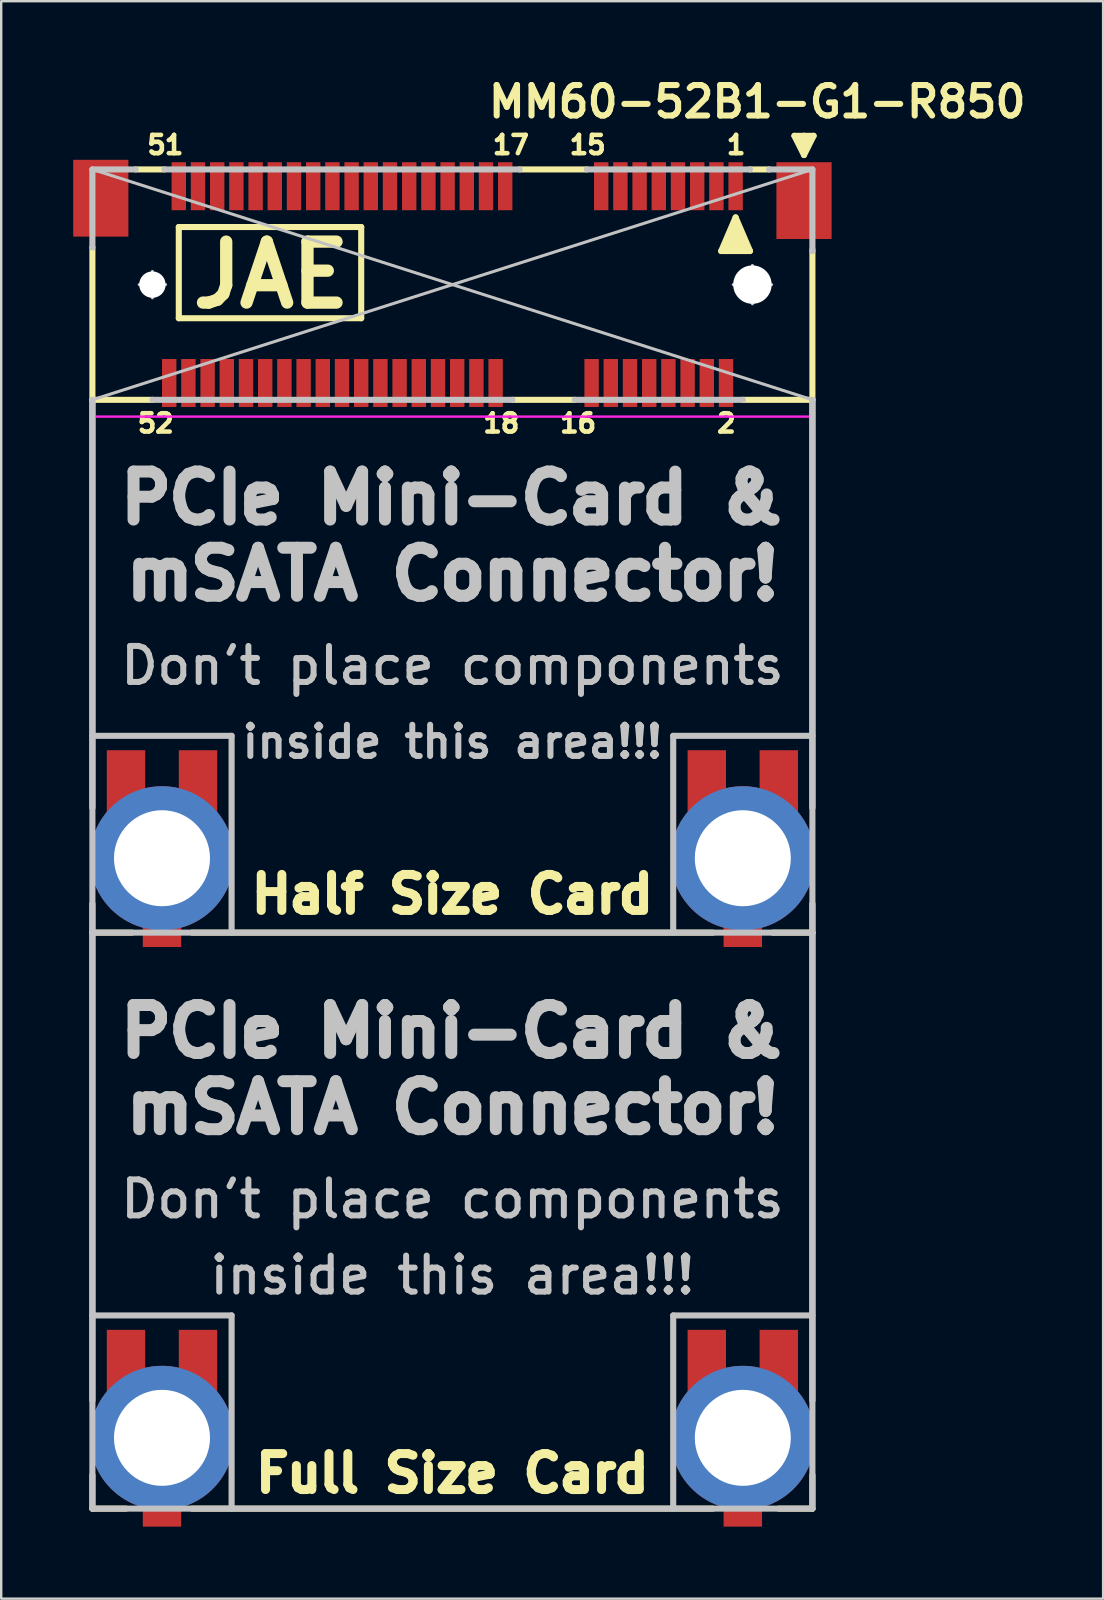
<source format=kicad_pcb>
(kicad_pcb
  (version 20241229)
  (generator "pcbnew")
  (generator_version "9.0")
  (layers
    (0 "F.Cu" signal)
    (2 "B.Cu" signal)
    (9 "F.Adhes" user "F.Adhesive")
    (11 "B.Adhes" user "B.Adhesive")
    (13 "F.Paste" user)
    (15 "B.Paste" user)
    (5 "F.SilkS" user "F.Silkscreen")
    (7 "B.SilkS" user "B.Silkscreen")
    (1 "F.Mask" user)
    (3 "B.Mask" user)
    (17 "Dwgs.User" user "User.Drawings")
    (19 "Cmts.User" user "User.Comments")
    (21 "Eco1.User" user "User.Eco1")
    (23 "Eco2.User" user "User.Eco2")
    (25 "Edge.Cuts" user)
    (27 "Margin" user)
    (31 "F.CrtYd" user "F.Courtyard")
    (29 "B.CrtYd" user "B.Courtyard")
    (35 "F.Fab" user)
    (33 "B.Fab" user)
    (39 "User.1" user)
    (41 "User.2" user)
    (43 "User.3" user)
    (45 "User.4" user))
  (footprint "MM60-52B1-G1-R850"
    (layer "F.Cu")
    (at 15.8 8.809)
    (property "Reference" "MM60-52B1-G1-R850" (at 12.7 -7.62 0) (layer "F.SilkS") (effects (font (size 1.27 1.27) (thickness 0.254))))
    (attr smd)
    (fp_line (start -15 4.8) (end -15 -1.55) (stroke (width 0.254) (type solid)) (layer "F.SilkS"))
    (fp_line (start -15 4.8) (end -15 21.8) (stroke (width 0.254) (type solid)) (layer "F.SilkS"))
    (fp_line (start -15 25.8) (end -15 27) (stroke (width 0.254) (type solid)) (layer "F.SilkS"))
    (fp_line (start -15 27) (end -15 46.5) (stroke (width 0.254) (type solid)) (layer "F.SilkS"))
    (fp_line (start -15 27) (end -13.35 27) (stroke (width 0.254) (type solid)) (layer "F.SilkS"))
    (fp_line (start -15 49.6) (end -15 51) (stroke (width 0.254) (type solid)) (layer "F.SilkS"))
    (fp_line (start -15 51) (end -13.6 51) (stroke (width 0.254) (type solid)) (layer "F.SilkS"))
    (fp_line (start -12.5 4.8) (end -15 4.8) (stroke (width 0.254) (type solid)) (layer "F.SilkS"))
    (fp_line (start -12 -4.8) (end -13.2 -4.8) (stroke (width 0.254) (type solid)) (layer "F.SilkS"))
    (fp_line (start -11.4 -2.4) (end -11.4 1.4) (stroke (width 0.254) (type solid)) (layer "F.SilkS"))
    (fp_line (start -11.4 1.4) (end -3.8 1.4) (stroke (width 0.254) (type solid)) (layer "F.SilkS"))
    (fp_line (start -10.85 27) (end 10.85 27) (stroke (width 0.254) (type solid)) (layer "F.SilkS"))
    (fp_line (start -10.85 51) (end 10.85 51) (stroke (width 0.254) (type solid)) (layer "F.SilkS"))
    (fp_line (start -3.8 -2.4) (end -11.4 -2.4) (stroke (width 0.254) (type solid)) (layer "F.SilkS"))
    (fp_line (start -3.8 1.4) (end -3.8 -2.4) (stroke (width 0.254) (type solid)) (layer "F.SilkS"))
    (fp_line (start 5.1 4.8) (end 2.5 4.8) (stroke (width 0.254) (type solid)) (layer "F.SilkS"))
    (fp_line (start 5.6 -4.8) (end 2.8 -4.8) (stroke (width 0.254) (type solid)) (layer "F.SilkS"))
    (fp_line (start 11.2 -1.4) (end 11.8 -2.8) (stroke (width 0.254) (type solid)) (layer "F.SilkS"))
    (fp_line (start 11.4 -1.4) (end 11.2 -1.4) (stroke (width 0.254) (type solid)) (layer "F.SilkS"))
    (fp_line (start 11.8 -2.8) (end 12.4 -1.4) (stroke (width 0.254) (type solid)) (layer "F.SilkS"))
    (fp_line (start 11.8 -2.4) (end 11.4 -1.4) (stroke (width 0.254) (type solid)) (layer "F.SilkS"))
    (fp_line (start 12 -2) (end 11.6 -2) (stroke (width 0.254) (type solid)) (layer "F.SilkS"))
    (fp_line (start 12 -1.8) (end 11.4 -1.8) (stroke (width 0.254) (type solid)) (layer "F.SilkS"))
    (fp_line (start 12.2 -1.6) (end 11.4 -1.6) (stroke (width 0.254) (type solid)) (layer "F.SilkS"))
    (fp_line (start 12.2 -1.4) (end 11.4 -1.4) (stroke (width 0.254) (type solid)) (layer "F.SilkS"))
    (fp_line (start 12.2 -1.4) (end 11.8 -2.4) (stroke (width 0.254) (type solid)) (layer "F.SilkS"))
    (fp_line (start 12.4 -1.4) (end 12.2 -1.4) (stroke (width 0.254) (type solid)) (layer "F.SilkS"))
    (fp_line (start 13.2 -4.8) (end 12.4 -4.8) (stroke (width 0.254) (type solid)) (layer "F.SilkS"))
    (fp_line (start 13.35 27) (end 15 27) (stroke (width 0.254) (type solid)) (layer "F.SilkS"))
    (fp_line (start 13.6 51) (end 15 51) (stroke (width 0.254) (type solid)) (layer "F.SilkS"))
    (fp_line (start 14.25 -6.2) (end 14.65 -5.4) (stroke (width 0.254) (type solid)) (layer "F.SilkS"))
    (fp_line (start 14.65 -6.2) (end 14.25 -6.2) (stroke (width 0.254) (type solid)) (layer "F.SilkS"))
    (fp_line (start 14.65 -5.6) (end 14.65 -6.2) (stroke (width 0.254) (type solid)) (layer "F.SilkS"))
    (fp_line (start 14.65 -5.4) (end 15.05 -6.2) (stroke (width 0.254) (type solid)) (layer "F.SilkS"))
    (fp_line (start 14.85 -6) (end 14.45 -6) (stroke (width 0.254) (type solid)) (layer "F.SilkS"))
    (fp_line (start 15 4.8) (end 12.1 4.8) (stroke (width 0.254) (type solid)) (layer "F.SilkS"))
    (fp_line (start 15 4.8) (end 15 -1.45) (stroke (width 0.254) (type solid)) (layer "F.SilkS"))
    (fp_line (start 15 4.8) (end 15 21.8) (stroke (width 0.254) (type solid)) (layer "F.SilkS"))
    (fp_line (start 15 25.8) (end 15 27) (stroke (width 0.254) (type solid)) (layer "F.SilkS"))
    (fp_line (start 15 27) (end 15 46.5) (stroke (width 0.254) (type solid)) (layer "F.SilkS"))
    (fp_line (start 15 51) (end 15 49.6) (stroke (width 0.254) (type solid)) (layer "F.SilkS"))
    (fp_line (start 15.05 -6.2) (end 14.65 -6.2) (stroke (width 0.254) (type solid)) (layer "F.SilkS"))
    (fp_line (start -15 -4.8) (end -15 -1.55) (stroke (width 0.254) (type solid)) (layer "Dwgs.User"))
    (fp_line (start -15 -4.8) (end 15 4.8) (stroke (width 0.127) (type solid)) (layer "Dwgs.User"))
    (fp_line (start -15 18.8) (end -9.2 18.8) (stroke (width 0.254) (type solid)) (layer "Dwgs.User"))
    (fp_line (start -15 42.95) (end -9.2 42.95) (stroke (width 0.254) (type solid)) (layer "Dwgs.User"))
    (fp_line (start -15 51) (end -15 4.8) (stroke (width 0.254) (type solid)) (layer "Dwgs.User"))
    (fp_line (start -13.4 23.9) (end -10.8 23.9) (stroke (width 0.127) (type solid)) (layer "Dwgs.User"))
    (fp_line (start -13.4 48.05) (end -10.8 48.05) (stroke (width 0.127) (type solid)) (layer "Dwgs.User"))
    (fp_line (start -13.2 -4.8) (end -15 -4.8) (stroke (width 0.254) (type solid)) (layer "Dwgs.User"))
    (fp_line (start -13.05 0) (end -11.95 0) (stroke (width 0.127) (type solid)) (layer "Dwgs.User"))
    (fp_line (start -12.5 0.55) (end -12.5 -0.55) (stroke (width 0.127) (type solid)) (layer "Dwgs.User"))
    (fp_line (start -12.1 25.2) (end -12.1 22.6) (stroke (width 0.127) (type solid)) (layer "Dwgs.User"))
    (fp_line (start -12.1 49.35) (end -12.1 46.75) (stroke (width 0.127) (type solid)) (layer "Dwgs.User"))
    (fp_line (start -9.2 27) (end -9.2 18.8) (stroke (width 0.254) (type solid)) (layer "Dwgs.User"))
    (fp_line (start -9.2 51) (end -9.2 42.95) (stroke (width 0.254) (type solid)) (layer "Dwgs.User"))
    (fp_line (start 2.5 4.8) (end -12.5 4.8) (stroke (width 0.254) (type solid)) (layer "Dwgs.User"))
    (fp_line (start 2.8 -4.8) (end -12 -4.8) (stroke (width 0.254) (type solid)) (layer "Dwgs.User"))
    (fp_line (start 9.2 18.8) (end 15 18.8) (stroke (width 0.254) (type solid)) (layer "Dwgs.User"))
    (fp_line (start 9.2 27) (end 9.2 18.8) (stroke (width 0.254) (type solid)) (layer "Dwgs.User"))
    (fp_line (start 9.2 42.95) (end 15 42.95) (stroke (width 0.254) (type solid)) (layer "Dwgs.User"))
    (fp_line (start 9.2 51) (end 9.2 42.95) (stroke (width 0.254) (type solid)) (layer "Dwgs.User"))
    (fp_line (start 10.8 23.9) (end 13.4 23.9) (stroke (width 0.127) (type solid)) (layer "Dwgs.User"))
    (fp_line (start 10.8 48.05) (end 13.4 48.05) (stroke (width 0.127) (type solid)) (layer "Dwgs.User"))
    (fp_line (start 11.7 0) (end 13.3 0) (stroke (width 0.127) (type solid)) (layer "Dwgs.User"))
    (fp_line (start 12.1 4.8) (end 5.1 4.8) (stroke (width 0.254) (type solid)) (layer "Dwgs.User"))
    (fp_line (start 12.1 25.2) (end 12.1 22.6) (stroke (width 0.127) (type solid)) (layer "Dwgs.User"))
    (fp_line (start 12.1 49.35) (end 12.1 46.75) (stroke (width 0.127) (type solid)) (layer "Dwgs.User"))
    (fp_line (start 12.4 -4.8) (end 5.6 -4.8) (stroke (width 0.254) (type solid)) (layer "Dwgs.User"))
    (fp_line (start 12.5 0.8) (end 12.5 -0.8) (stroke (width 0.127) (type solid)) (layer "Dwgs.User"))
    (fp_line (start 15 -4.8) (end -15 4.8) (stroke (width 0.127) (type solid)) (layer "Dwgs.User"))
    (fp_line (start 15 -4.8) (end 13.2 -4.8) (stroke (width 0.254) (type solid)) (layer "Dwgs.User"))
    (fp_line (start 15 -1.4) (end 15 -4.8) (stroke (width 0.254) (type solid)) (layer "Dwgs.User"))
    (fp_line (start 15 27) (end -15 27) (stroke (width 0.254) (type solid)) (layer "Dwgs.User"))
    (fp_line (start 15 51) (end -15 51) (stroke (width 0.254) (type solid)) (layer "Dwgs.User"))
    (fp_line (start 15 51) (end 15 4.8) (stroke (width 0.254) (type solid)) (layer "Dwgs.User"))
    (fp_circle (center -12.5 0) (end -12.8 0.275) (stroke (width 0.127) (type solid)) (fill no) (layer "Dwgs.User"))
    (fp_circle (center -12.1 23.9) (end -12.75 24.55) (stroke (width 0.127) (type solid)) (fill no) (layer "Dwgs.User"))
    (fp_circle (center -12.1 48.05) (end -12.75 48.7) (stroke (width 0.127) (type solid)) (fill no) (layer "Dwgs.User"))
    (fp_circle (center 12.1 23.9) (end 12.75 24.55) (stroke (width 0.127) (type solid)) (fill no) (layer "Dwgs.User"))
    (fp_circle (center 12.1 48.05) (end 12.75 48.7) (stroke (width 0.127) (type solid)) (fill no) (layer "Dwgs.User"))
    (fp_circle (center 12.5 0) (end 12.9 0.4) (stroke (width 0.127) (type solid)) (fill no) (layer "Dwgs.User"))
    (fp_line (start -15 5.5) (end 15 5.5) (stroke (width 0.1) (type solid)) (layer "F.CrtYd"))
    (fp_line (start -15 51) (end -15 5.5) (stroke (width 0.1) (type solid)) (layer "F.CrtYd"))
    (fp_line (start -15 51) (end 15 51) (stroke (width 0.1) (type solid)) (layer "F.CrtYd"))
    (fp_line (start 15 51) (end 15 5.5) (stroke (width 0.1) (type solid)) (layer "F.CrtYd"))
    (fp_text user "18" (at 2.037 5.779 180) (layer "F.SilkS") (effects (font (size 0.762 0.762) (thickness 0.191))))
    (fp_text user "16" (at 5.237 5.779 180) (layer "F.SilkS") (effects (font (size 0.762 0.762) (thickness 0.191))))
    (fp_text user "Half Size Card" (at 0 25.4 0) (layer "F.SilkS") (effects (font (size 1.5 1.5) (thickness 0.375))))
    (fp_text user "1" (at 11.82 -5.82 180) (layer "F.SilkS") (effects (font (size 0.762 0.762) (thickness 0.191))))
    (fp_text user "15" (at 5.636 -5.82 180) (layer "F.SilkS") (effects (font (size 0.762 0.762) (thickness 0.191))))
    (fp_text user "JAE" (at -7.55 -0.4 180) (layer "F.SilkS") (effects (font (size 2.54 2.54) (thickness 0.511))))
    (fp_text user "51" (at -11.961 -5.82 180) (layer "F.SilkS") (effects (font (size 0.762 0.762) (thickness 0.191))))
    (fp_text user "17" (at 2.436 -5.82 180) (layer "F.SilkS") (effects (font (size 0.762 0.762) (thickness 0.191))))
    (fp_text user "52" (at -12.36 5.779 180) (layer "F.SilkS") (effects (font (size 0.762 0.762) (thickness 0.191))))
    (fp_text user "2" (at 11.417 5.779 180) (layer "F.SilkS") (effects (font (size 0.762 0.762) (thickness 0.191))))
    (fp_text user "Full Size Card" (at 0 49.53 0) (layer "F.SilkS") (effects (font (size 1.5 1.5) (thickness 0.375))))
    (fp_text user "mSATA Connector!" (at 0 12.065 0) (layer "Dwgs.User") (effects (font (size 2 2) (thickness 0.5))))
    (fp_text user "Don't place components" (at 0 38.1 0) (unlocked yes) (layer "Dwgs.User") (effects (font (size 1.5 1.5) (thickness 0.25))))
    (fp_text user "PCIe Mini-Card &" (at 0 8.89 0) (layer "Dwgs.User") (effects (font (size 2 2) (thickness 0.5))))
    (fp_text user "PCIe Mini-Card &" (at 0 31.115 0) (layer "Dwgs.User") (effects (font (size 2 2) (thickness 0.5))))
    (fp_text user "Don't place components" (at 0 15.875 0) (unlocked yes) (layer "Dwgs.User") (effects (font (size 1.5 1.5) (thickness 0.25))))
    (fp_text user "inside this area!!!" (at 0 19.05 0) (unlocked yes) (layer "Dwgs.User") (effects (font (size 1.3 1.3) (thickness 0.25))))
    (fp_text user "inside this area!!!" (at 0 41.275 0) (unlocked yes) (layer "Dwgs.User") (effects (font (size 1.5 1.5) (thickness 0.25))))
    (fp_text user "mSATA Connector!" (at 0 34.29 0) (layer "Dwgs.User") (effects (font (size 2 2) (thickness 0.5))))
    (pad "" np_thru_hole circle (at -12.5 0 180) (size 1.1 1.1) (drill 1.1) (layers "*.Cu" "*.Mask"))
    (pad "" np_thru_hole circle (at 12.5 0 180) (size 1.6 1.6) (drill 1.6) (layers "*.Cu" "*.Mask"))
    (pad "1" smd rect (at 11.8 -4.1 180) (size 0.6 2) (layers "F.Cu" "F.Mask" "F.Paste"))
    (pad "2" smd rect (at 11.4 4.1 180) (size 0.6 2) (layers "F.Cu" "F.Mask" "F.Paste"))
    (pad "3" smd rect (at 11 -4.1 180) (size 0.6 2) (layers "F.Cu" "F.Mask" "F.Paste"))
    (pad "4" smd rect (at 10.6 4.1 180) (size 0.6 2) (layers "F.Cu" "F.Mask" "F.Paste"))
    (pad "5" smd rect (at 10.2 -4.1 180) (size 0.6 2) (layers "F.Cu" "F.Mask" "F.Paste"))
    (pad "6" smd rect (at 9.8 4.1 180) (size 0.6 2) (layers "F.Cu" "F.Mask" "F.Paste"))
    (pad "7" smd rect (at 9.4 -4.1 180) (size 0.6 2) (layers "F.Cu" "F.Mask" "F.Paste"))
    (pad "8" smd rect (at 9 4.1 180) (size 0.6 2) (layers "F.Cu" "F.Mask" "F.Paste"))
    (pad "9" smd rect (at 8.6 -4.1 180) (size 0.6 2) (layers "F.Cu" "F.Mask" "F.Paste"))
    (pad "10" smd rect (at 8.2 4.1 180) (size 0.6 2) (layers "F.Cu" "F.Mask" "F.Paste"))
    (pad "11" smd rect (at 7.8 -4.1 180) (size 0.6 2) (layers "F.Cu" "F.Mask" "F.Paste"))
    (pad "12" smd rect (at 7.4 4.1 180) (size 0.6 2) (layers "F.Cu" "F.Mask" "F.Paste"))
    (pad "13" smd rect (at 7 -4.1 180) (size 0.6 2) (layers "F.Cu" "F.Mask" "F.Paste"))
    (pad "14" smd rect (at 6.6 4.1 180) (size 0.6 2) (layers "F.Cu" "F.Mask" "F.Paste"))
    (pad "15" smd rect (at 6.2 -4.1 180) (size 0.6 2) (layers "F.Cu" "F.Mask" "F.Paste"))
    (pad "16" smd rect (at 5.8 4.1 180) (size 0.6 2) (layers "F.Cu" "F.Mask" "F.Paste"))
    (pad "17" smd rect (at 2.2 -4.1 180) (size 0.6 2) (layers "F.Cu" "F.Mask" "F.Paste"))
    (pad "18" smd rect (at 1.8 4.1 180) (size 0.6 2) (layers "F.Cu" "F.Mask" "F.Paste"))
    (pad "19" smd rect (at 1.4 -4.1 180) (size 0.6 2) (layers "F.Cu" "F.Mask" "F.Paste"))
    (pad "20" smd rect (at 1 4.1 180) (size 0.6 2) (layers "F.Cu" "F.Mask" "F.Paste"))
    (pad "21" smd rect (at 0.6 -4.1 180) (size 0.6 2) (layers "F.Cu" "F.Mask" "F.Paste"))
    (pad "22" smd rect (at 0.2 4.1 180) (size 0.6 2) (layers "F.Cu" "F.Mask" "F.Paste"))
    (pad "23" smd rect (at -0.2 -4.1 180) (size 0.6 2) (layers "F.Cu" "F.Mask" "F.Paste"))
    (pad "24" smd rect (at -0.6 4.1 180) (size 0.6 2) (layers "F.Cu" "F.Mask" "F.Paste"))
    (pad "25" smd rect (at -1 -4.1 180) (size 0.6 2) (layers "F.Cu" "F.Mask" "F.Paste"))
    (pad "26" smd rect (at -1.4 4.1 180) (size 0.6 2) (layers "F.Cu" "F.Mask" "F.Paste"))
    (pad "27" smd rect (at -1.8 -4.1 180) (size 0.6 2) (layers "F.Cu" "F.Mask" "F.Paste"))
    (pad "28" smd rect (at -2.2 4.1 180) (size 0.6 2) (layers "F.Cu" "F.Mask" "F.Paste"))
    (pad "29" smd rect (at -2.6 -4.1 180) (size 0.6 2) (layers "F.Cu" "F.Mask" "F.Paste"))
    (pad "30" smd rect (at -3 4.1 180) (size 0.6 2) (layers "F.Cu" "F.Mask" "F.Paste"))
    (pad "31" smd rect (at -3.4 -4.1 180) (size 0.6 2) (layers "F.Cu" "F.Mask" "F.Paste"))
    (pad "32" smd rect (at -3.8 4.1 180) (size 0.6 2) (layers "F.Cu" "F.Mask" "F.Paste"))
    (pad "33" smd rect (at -4.2 -4.1 180) (size 0.6 2) (layers "F.Cu" "F.Mask" "F.Paste"))
    (pad "34" smd rect (at -4.6 4.1 180) (size 0.6 2) (layers "F.Cu" "F.Mask" "F.Paste"))
    (pad "35" smd rect (at -5 -4.1 180) (size 0.6 2) (layers "F.Cu" "F.Mask" "F.Paste"))
    (pad "36" smd rect (at -5.4 4.1 180) (size 0.6 2) (layers "F.Cu" "F.Mask" "F.Paste"))
    (pad "37" smd rect (at -5.8 -4.1 180) (size 0.6 2) (layers "F.Cu" "F.Mask" "F.Paste"))
    (pad "38" smd rect (at -6.2 4.1 180) (size 0.6 2) (layers "F.Cu" "F.Mask" "F.Paste"))
    (pad "39" smd rect (at -6.6 -4.1 180) (size 0.6 2) (layers "F.Cu" "F.Mask" "F.Paste"))
    (pad "40" smd rect (at -7 4.1 180) (size 0.6 2) (layers "F.Cu" "F.Mask" "F.Paste"))
    (pad "41" smd rect (at -7.4 -4.1 180) (size 0.6 2) (layers "F.Cu" "F.Mask" "F.Paste"))
    (pad "42" smd rect (at -7.8 4.1 180) (size 0.6 2) (layers "F.Cu" "F.Mask" "F.Paste"))
    (pad "43" smd rect (at -8.2 -4.1 180) (size 0.6 2) (layers "F.Cu" "F.Mask" "F.Paste"))
    (pad "44" smd rect (at -8.6 4.1 180) (size 0.6 2) (layers "F.Cu" "F.Mask" "F.Paste"))
    (pad "45" smd rect (at -9 -4.1 180) (size 0.6 2) (layers "F.Cu" "F.Mask" "F.Paste"))
    (pad "46" smd rect (at -9.4 4.1 180) (size 0.6 2) (layers "F.Cu" "F.Mask" "F.Paste"))
    (pad "47" smd rect (at -9.8 -4.1 180) (size 0.6 2) (layers "F.Cu" "F.Mask" "F.Paste"))
    (pad "48" smd rect (at -10.2 4.1 180) (size 0.6 2) (layers "F.Cu" "F.Mask" "F.Paste"))
    (pad "49" smd rect (at -10.6 -4.1 180) (size 0.6 2) (layers "F.Cu" "F.Mask" "F.Paste"))
    (pad "50" smd rect (at -11 4.1 180) (size 0.6 2) (layers "F.Cu" "F.Mask" "F.Paste"))
    (pad "51" smd rect (at -11.4 -4.1 180) (size 0.6 2) (layers "F.Cu" "F.Mask" "F.Paste"))
    (pad "52" smd rect (at -11.8 4.1 180) (size 0.6 2) (layers "F.Cu" "F.Mask" "F.Paste"))
    (pad "MP1" smd rect (at 10.6 20.75 180) (size 1.6 2.7) (layers "F.Cu" "F.Mask"))
    (pad "MP1" smd rect (at 10.6 44.9 180) (size 1.6 2.7) (layers "F.Cu" "F.Mask"))
    (pad "MP1" thru_hole circle (at 12.1 23.9 180) (size 6 6) (drill 4) (layers "*.Cu" "*.Mask"))
    (pad "MP1" smd rect (at 12.1 26.65 180) (size 1.6 1.9) (layers "F.Cu" "F.Mask"))
    (pad "MP1" thru_hole circle (at 12.1 48.05 180) (size 6 6) (drill 4) (layers "*.Cu" "*.Mask"))
    (pad "MP1" smd rect (at 12.1 50.8 180) (size 1.6 1.9) (layers "F.Cu" "F.Mask"))
    (pad "MP1" smd rect (at 13.6 20.75 180) (size 1.6 2.7) (layers "F.Cu" "F.Mask"))
    (pad "MP1" smd rect (at 13.6 44.9 180) (size 1.6 2.7) (layers "F.Cu" "F.Mask"))
    (pad "MP1" smd rect (at 14.65 -3.5 180) (size 2.3 3.2) (layers "F.Cu" "F.Mask" "F.Paste"))
    (pad "MP2" smd rect (at -14.65 -3.6 180) (size 2.3 3.2) (layers "F.Cu" "F.Mask" "F.Paste"))
    (pad "MP2" smd rect (at -13.6 20.75 180) (size 1.6 2.7) (layers "F.Cu" "F.Mask"))
    (pad "MP2" smd rect (at -13.6 44.9 180) (size 1.6 2.7) (layers "F.Cu" "F.Mask"))
    (pad "MP2" thru_hole circle (at -12.1 23.9 180) (size 6 6) (drill 4) (layers "*.Cu" "*.Mask"))
    (pad "MP2" smd rect (at -12.1 26.65 180) (size 1.6 1.9) (layers "F.Cu" "F.Mask"))
    (pad "MP2" thru_hole circle (at -12.1 48.05 180) (size 6 6) (drill 4) (layers "*.Cu" "*.Mask"))
    (pad "MP2" smd rect (at -12.1 50.8 180) (size 1.6 1.9) (layers "F.Cu" "F.Mask"))
    (pad "MP2" smd rect (at -10.6 20.75 180) (size 1.6 2.7) (layers "F.Cu" "F.Mask"))
    (pad "MP2" smd rect (at -10.6 44.9 180) (size 1.6 2.7) (layers "F.Cu" "F.Mask")))
  (gr_rect
    (start -3 -3)
    (end 42.912 63.559)
    (stroke (width 0.1) (type default))
    (fill no)
    (layer "Edge.Cuts")))
</source>
